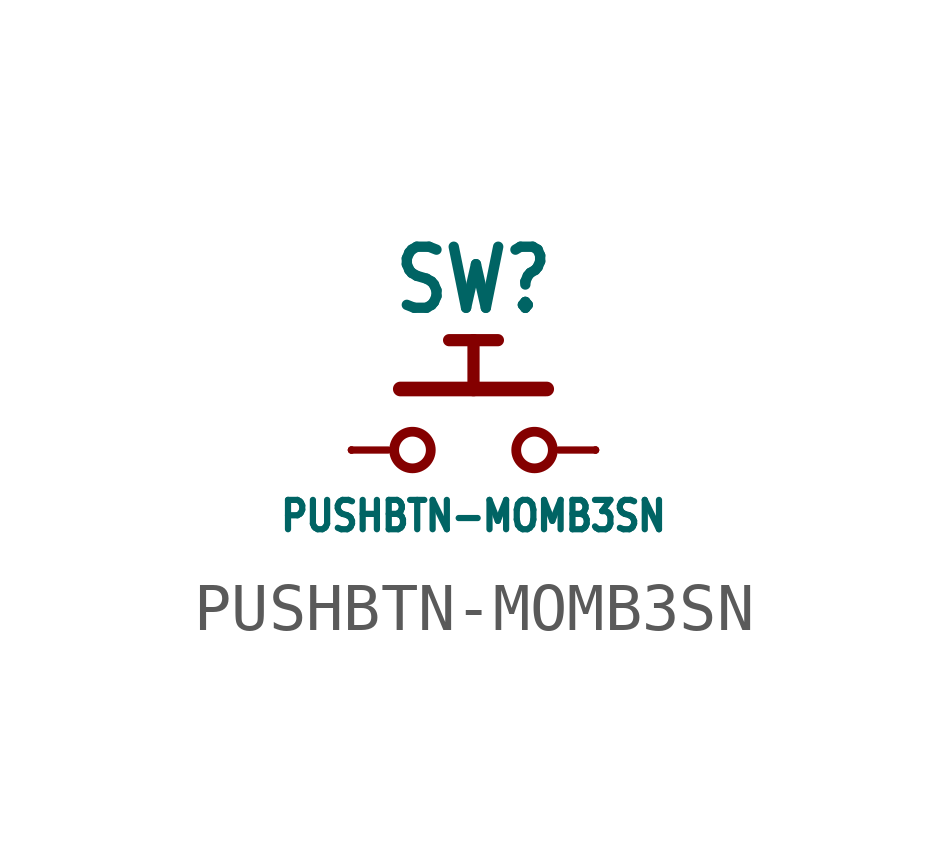
<source format=kicad_sym>
(kicad_symbol_lib
  (version 20211014)
  (generator kicad_symbol_editor)
  (symbol "PUSHBTN-MOMB3SN"
    (property "Reference" "SW"
      (at 0 2.794 0)
      (effects (font (size 1.27 1.079) bold) (justify bottom)))
    (property "Value" "PUSHBTN-MOMB3SN"
      (at 0 -1.016 0)
      (effects (font (size 0.61 0.518)) (justify top)))
    (property "ki_locked" ""
      (at 0 0 0)
      (effects (font (size 1.27 1.27))))
    (symbol "PUSHBTN-MOMB3SN_1_0"
      (circle (center -1.27 0) (radius 0.381) (stroke (width 0.203) (type default) (color 0 0 0 0)) (fill (type none)))
      (polyline (pts (xy -1.778 0) (xy -2.54 0)) (stroke (width 0.152) (type default) (color 0 0 0 0)) (fill (type none)))
      (polyline (pts (xy -1.524 1.27) (xy 0 1.27)) (stroke (width 0.305) (type default) (color 0 0 0 0)) (fill (type none)))
      (polyline (pts (xy 0 1.27) (xy 0 2.286)) (stroke (width 0.254) (type default) (color 0 0 0 0)) (fill (type none)))
      (polyline (pts (xy 0 1.27) (xy 1.524 1.27)) (stroke (width 0.305) (type default) (color 0 0 0 0)) (fill (type none)))
      (polyline (pts (xy 0 2.286) (xy -0.508 2.286)) (stroke (width 0.254) (type default) (color 0 0 0 0)) (fill (type none)))
      (polyline (pts (xy 0 2.286) (xy 0.508 2.286)) (stroke (width 0.254) (type default) (color 0 0 0 0)) (fill (type none)))
      (polyline (pts (xy 1.778 0) (xy 2.54 0)) (stroke (width 0.152) (type default) (color 0 0 0 0)) (fill (type none)))
      (circle (center 1.27 0) (radius 0.381) (stroke (width 0.203) (type default) (color 0 0 0 0)) (fill (type none)))
      (pin passive line (at -2.54 0 0) (length 0) (name "1" (effects (font (size 0 0)))) (number "1" (effects (font (size 0 0)))))
      (pin passive line (at -2.54 0 0) (length 0) (name "1" (effects (font (size 0 0)))) (number "2" (effects (font (size 0 0)))))
      (pin passive line (at 2.54 0 180) (length 0) (name "2" (effects (font (size 0 0)))) (number "3" (effects (font (size 0 0)))))
      (pin passive line (at 2.54 0 180) (length 0) (name "2" (effects (font (size 0 0)))) (number "4" (effects (font (size 0 0))))))))
</source>
